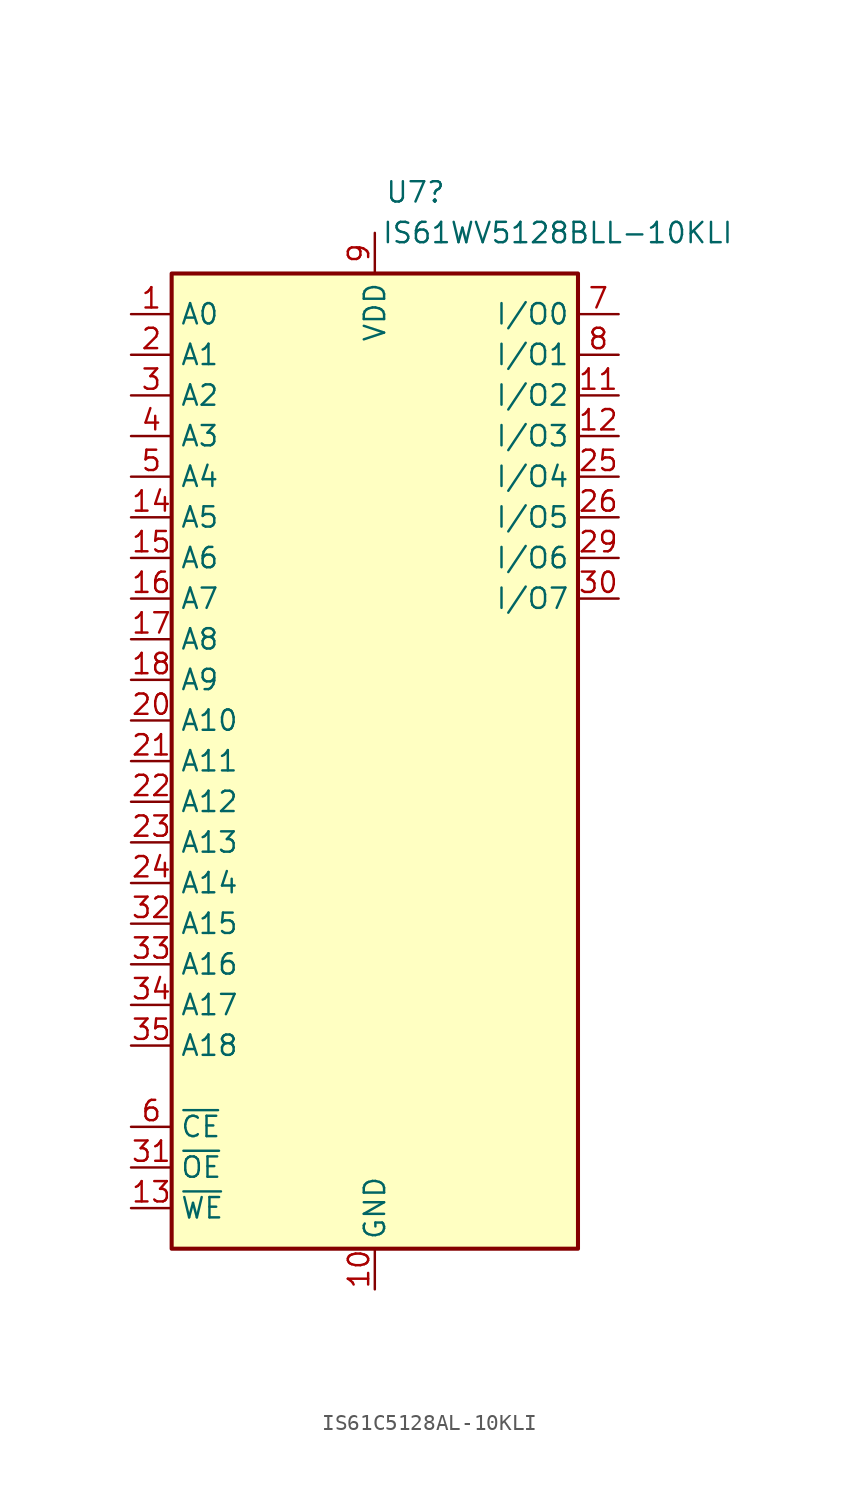
<source format=kicad_sym>
(kicad_symbol_lib
  (version 20211014)
  (generator kicad_symbol_editor)
  (symbol "IS61C5128AL-10KLI"
    (property "Reference" "U7"
      (at 2.54 35.56 0)
      (effects (font (size 1.27 1.27))))
    (property "Value" "IS61WV5128BLL-10KLI"
      (at 11.43 33.02 0)
      (effects (font (size 1.27 1.27))))
    (symbol "IS61C5128AL-10KLI_0_1"
      (rectangle (start -12.7 30.48) (end 12.7 -30.48) (stroke (width 0.254) (type default) (color 0 0 0 0)) (fill (type background))))
    (symbol "IS61C5128AL-10KLI_1_1"
      (pin input line (at -15.24 27.94 0) (length 2.54) (name "A0" (effects (font (size 1.27 1.27)))) (number "1" (effects (font (size 1.27 1.27)))))
      (pin power_in line (at 0 -33.02 90) (length 2.54) (name "GND" (effects (font (size 1.27 1.27)))) (number "10" (effects (font (size 1.27 1.27)))))
      (pin bidirectional line (at 15.24 22.86 180) (length 2.54) (name "I/O2" (effects (font (size 1.27 1.27)))) (number "11" (effects (font (size 1.27 1.27)))))
      (pin bidirectional line (at 15.24 20.32 180) (length 2.54) (name "I/O3" (effects (font (size 1.27 1.27)))) (number "12" (effects (font (size 1.27 1.27)))))
      (pin input line (at -15.24 -27.94 0) (length 2.54) (name "~{WE}" (effects (font (size 1.27 1.27)))) (number "13" (effects (font (size 1.27 1.27)))))
      (pin input line (at -15.24 15.24 0) (length 2.54) (name "A5" (effects (font (size 1.27 1.27)))) (number "14" (effects (font (size 1.27 1.27)))))
      (pin input line (at -15.24 12.7 0) (length 2.54) (name "A6" (effects (font (size 1.27 1.27)))) (number "15" (effects (font (size 1.27 1.27)))))
      (pin input line (at -15.24 10.16 0) (length 2.54) (name "A7" (effects (font (size 1.27 1.27)))) (number "16" (effects (font (size 1.27 1.27)))))
      (pin input line (at -15.24 7.62 0) (length 2.54) (name "A8" (effects (font (size 1.27 1.27)))) (number "17" (effects (font (size 1.27 1.27)))))
      (pin input line (at -15.24 5.08 0) (length 2.54) (name "A9" (effects (font (size 1.27 1.27)))) (number "18" (effects (font (size 1.27 1.27)))))
      (pin no_connect line (at 12.7 -27.94 180) (length 2.54) hide (name "NC" (effects (font (size 1.27 1.27)))) (number "19" (effects (font (size 1.27 1.27)))))
      (pin input line (at -15.24 25.4 0) (length 2.54) (name "A1" (effects (font (size 1.27 1.27)))) (number "2" (effects (font (size 1.27 1.27)))))
      (pin input line (at -15.24 2.54 0) (length 2.54) (name "A10" (effects (font (size 1.27 1.27)))) (number "20" (effects (font (size 1.27 1.27)))))
      (pin input line (at -15.24 0 0) (length 2.54) (name "A11" (effects (font (size 1.27 1.27)))) (number "21" (effects (font (size 1.27 1.27)))))
      (pin input line (at -15.24 -2.54 0) (length 2.54) (name "A12" (effects (font (size 1.27 1.27)))) (number "22" (effects (font (size 1.27 1.27)))))
      (pin input line (at -15.24 -5.08 0) (length 2.54) (name "A13" (effects (font (size 1.27 1.27)))) (number "23" (effects (font (size 1.27 1.27)))))
      (pin input line (at -15.24 -7.62 0) (length 2.54) (name "A14" (effects (font (size 1.27 1.27)))) (number "24" (effects (font (size 1.27 1.27)))))
      (pin bidirectional line (at 15.24 17.78 180) (length 2.54) (name "I/O4" (effects (font (size 1.27 1.27)))) (number "25" (effects (font (size 1.27 1.27)))))
      (pin bidirectional line (at 15.24 15.24 180) (length 2.54) (name "I/O5" (effects (font (size 1.27 1.27)))) (number "26" (effects (font (size 1.27 1.27)))))
      (pin passive line (at 0 33.02 270) (length 2.54) hide (name "VDD" (effects (font (size 1.27 1.27)))) (number "27" (effects (font (size 1.27 1.27)))))
      (pin passive line (at 0 -33.02 90) (length 2.54) hide (name "GND" (effects (font (size 1.27 1.27)))) (number "28" (effects (font (size 1.27 1.27)))))
      (pin bidirectional line (at 15.24 12.7 180) (length 2.54) (name "I/O6" (effects (font (size 1.27 1.27)))) (number "29" (effects (font (size 1.27 1.27)))))
      (pin input line (at -15.24 22.86 0) (length 2.54) (name "A2" (effects (font (size 1.27 1.27)))) (number "3" (effects (font (size 1.27 1.27)))))
      (pin bidirectional line (at 15.24 10.16 180) (length 2.54) (name "I/O7" (effects (font (size 1.27 1.27)))) (number "30" (effects (font (size 1.27 1.27)))))
      (pin input line (at -15.24 -25.4 0) (length 2.54) (name "~{OE}" (effects (font (size 1.27 1.27)))) (number "31" (effects (font (size 1.27 1.27)))))
      (pin input line (at -15.24 -10.16 0) (length 2.54) (name "A15" (effects (font (size 1.27 1.27)))) (number "32" (effects (font (size 1.27 1.27)))))
      (pin input line (at -15.24 -12.7 0) (length 2.54) (name "A16" (effects (font (size 1.27 1.27)))) (number "33" (effects (font (size 1.27 1.27)))))
      (pin input line (at -15.24 -15.24 0) (length 2.54) (name "A17" (effects (font (size 1.27 1.27)))) (number "34" (effects (font (size 1.27 1.27)))))
      (pin input line (at -15.24 -17.78 0) (length 2.54) (name "A18" (effects (font (size 1.27 1.27)))) (number "35" (effects (font (size 1.27 1.27)))))
      (pin no_connect line (at 12.7 -25.4 180) (length 2.54) hide (name "NC" (effects (font (size 1.27 1.27)))) (number "36" (effects (font (size 1.27 1.27)))))
      (pin input line (at -15.24 20.32 0) (length 2.54) (name "A3" (effects (font (size 1.27 1.27)))) (number "4" (effects (font (size 1.27 1.27)))))
      (pin input line (at -15.24 17.78 0) (length 2.54) (name "A4" (effects (font (size 1.27 1.27)))) (number "5" (effects (font (size 1.27 1.27)))))
      (pin input line (at -15.24 -22.86 0) (length 2.54) (name "~{CE}" (effects (font (size 1.27 1.27)))) (number "6" (effects (font (size 1.27 1.27)))))
      (pin bidirectional line (at 15.24 27.94 180) (length 2.54) (name "I/O0" (effects (font (size 1.27 1.27)))) (number "7" (effects (font (size 1.27 1.27)))))
      (pin bidirectional line (at 15.24 25.4 180) (length 2.54) (name "I/O1" (effects (font (size 1.27 1.27)))) (number "8" (effects (font (size 1.27 1.27)))))
      (pin power_in line (at 0 33.02 270) (length 2.54) (name "VDD" (effects (font (size 1.27 1.27)))) (number "9" (effects (font (size 1.27 1.27))))))))
</source>
